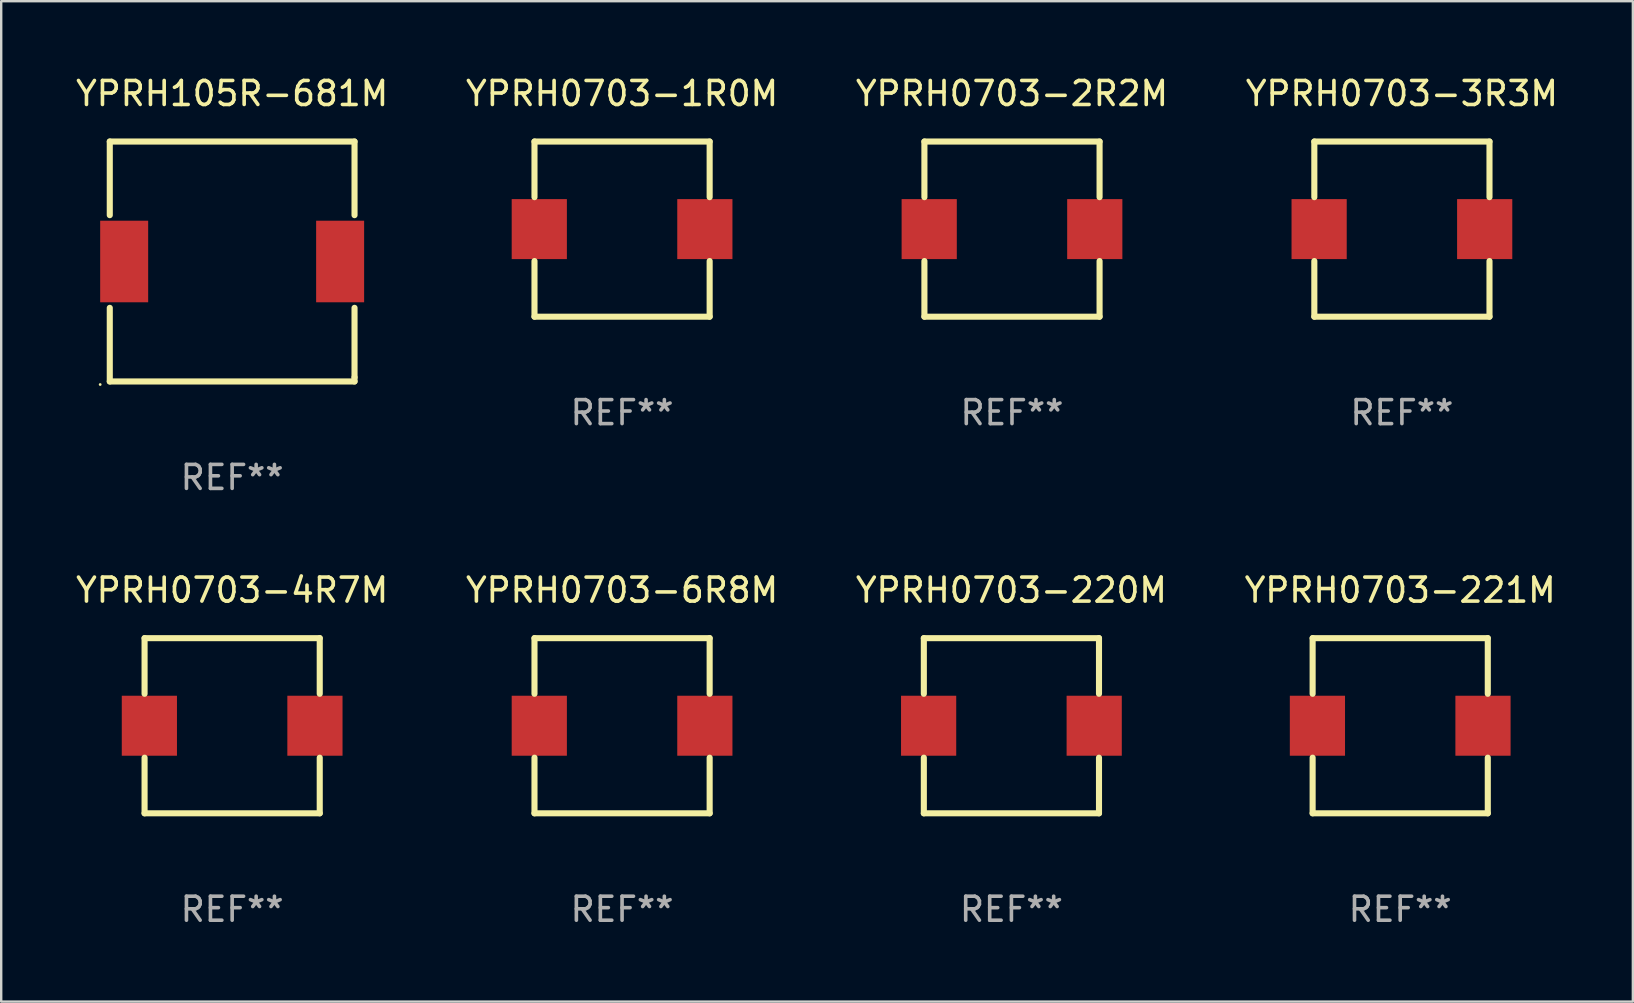
<source format=kicad_pcb>
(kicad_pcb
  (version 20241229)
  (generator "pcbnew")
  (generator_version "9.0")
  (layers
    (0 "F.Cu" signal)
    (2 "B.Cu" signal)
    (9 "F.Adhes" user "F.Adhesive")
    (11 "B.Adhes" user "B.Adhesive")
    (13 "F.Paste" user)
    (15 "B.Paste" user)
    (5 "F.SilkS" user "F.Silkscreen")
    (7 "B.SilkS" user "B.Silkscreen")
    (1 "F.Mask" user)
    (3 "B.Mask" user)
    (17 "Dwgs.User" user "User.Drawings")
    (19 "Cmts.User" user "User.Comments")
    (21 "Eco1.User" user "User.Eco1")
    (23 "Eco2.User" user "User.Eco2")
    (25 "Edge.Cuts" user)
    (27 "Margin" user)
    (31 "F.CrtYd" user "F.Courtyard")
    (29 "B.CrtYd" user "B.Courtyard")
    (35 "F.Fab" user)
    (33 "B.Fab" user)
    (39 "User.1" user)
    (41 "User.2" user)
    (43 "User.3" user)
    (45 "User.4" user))
  (footprint "YPRH0703-221M"
    (layer "F.Cu")
    (at 55.304 27.195)
    (property "Reference" "YPRH0703-221M" (at 0 -5.65 0) (layer "F.SilkS") (effects (font (size 1 1) (thickness 0.15))))
    (attr through_hole)
    (fp_line (start -3.65 -3.65) (end 3.65 -3.65) (stroke (width 0.254) (type solid)) (layer "F.SilkS"))
    (fp_line (start -3.65 -1.331) (end -3.65 -3.65) (stroke (width 0.254) (type solid)) (layer "F.SilkS"))
    (fp_line (start -3.65 3.65) (end -3.65 1.331) (stroke (width 0.254) (type solid)) (layer "F.SilkS"))
    (fp_line (start 3.65 -3.65) (end 3.65 -1.331) (stroke (width 0.254) (type solid)) (layer "F.SilkS"))
    (fp_line (start 3.65 1.331) (end 3.65 3.65) (stroke (width 0.254) (type solid)) (layer "F.SilkS"))
    (fp_line (start 3.65 3.65) (end -3.65 3.65) (stroke (width 0.254) (type solid)) (layer "F.SilkS"))
    (fp_circle (center -3.65 3.65) (end -3.62 3.65) (stroke (width 0.06) (type solid)) (fill no) (layer "F.SilkS"))
    (fp_text user "REF**" (at 0 7.65 0) (layer "F.Fab") (effects (font (size 1 1) (thickness 0.15))))
    (pad "1" smd rect (at -3.45 0) (size 2.3 2.5) (layers "F.Cu" "F.Mask" "F.Paste"))
    (pad "2" smd rect (at 3.45 0) (size 2.3 2.5) (layers "F.Cu" "F.Mask" "F.Paste")))
  (footprint "YPRH0703-2R2M"
    (layer "F.Cu")
    (at 39.125 6.498)
    (property "Reference" "YPRH0703-2R2M" (at 0 -5.65 0) (layer "F.SilkS") (effects (font (size 1 1) (thickness 0.15))))
    (attr through_hole)
    (fp_line (start -3.65 -3.65) (end 3.65 -3.65) (stroke (width 0.254) (type solid)) (layer "F.SilkS"))
    (fp_line (start -3.65 -1.331) (end -3.65 -3.65) (stroke (width 0.254) (type solid)) (layer "F.SilkS"))
    (fp_line (start -3.65 3.65) (end -3.65 1.331) (stroke (width 0.254) (type solid)) (layer "F.SilkS"))
    (fp_line (start 3.65 -3.65) (end 3.65 -1.331) (stroke (width 0.254) (type solid)) (layer "F.SilkS"))
    (fp_line (start 3.65 1.331) (end 3.65 3.65) (stroke (width 0.254) (type solid)) (layer "F.SilkS"))
    (fp_line (start 3.65 3.65) (end -3.65 3.65) (stroke (width 0.254) (type solid)) (layer "F.SilkS"))
    (fp_circle (center -3.65 3.65) (end -3.62 3.65) (stroke (width 0.06) (type solid)) (fill no) (layer "F.SilkS"))
    (fp_text user "REF**" (at 0 7.65 0) (layer "F.Fab") (effects (font (size 1 1) (thickness 0.15))))
    (pad "1" smd rect (at -3.45 0) (size 2.3 2.5) (layers "F.Cu" "F.Mask" "F.Paste"))
    (pad "2" smd rect (at 3.45 0) (size 2.3 2.5) (layers "F.Cu" "F.Mask" "F.Paste")))
  (footprint "YPRH0703-220M"
    (layer "F.Cu")
    (at 39.101 27.195)
    (property "Reference" "YPRH0703-220M" (at 0 -5.65 0) (layer "F.SilkS") (effects (font (size 1 1) (thickness 0.15))))
    (attr through_hole)
    (fp_line (start -3.65 -3.65) (end 3.65 -3.65) (stroke (width 0.254) (type solid)) (layer "F.SilkS"))
    (fp_line (start -3.65 -1.331) (end -3.65 -3.65) (stroke (width 0.254) (type solid)) (layer "F.SilkS"))
    (fp_line (start -3.65 3.65) (end -3.65 1.331) (stroke (width 0.254) (type solid)) (layer "F.SilkS"))
    (fp_line (start 3.65 -3.65) (end 3.65 -1.331) (stroke (width 0.254) (type solid)) (layer "F.SilkS"))
    (fp_line (start 3.65 1.331) (end 3.65 3.65) (stroke (width 0.254) (type solid)) (layer "F.SilkS"))
    (fp_line (start 3.65 3.65) (end -3.65 3.65) (stroke (width 0.254) (type solid)) (layer "F.SilkS"))
    (fp_circle (center -3.65 3.65) (end -3.62 3.65) (stroke (width 0.06) (type solid)) (fill no) (layer "F.SilkS"))
    (fp_text user "REF**" (at 0 7.65 0) (layer "F.Fab") (effects (font (size 1 1) (thickness 0.15))))
    (pad "1" smd rect (at -3.45 0) (size 2.3 2.5) (layers "F.Cu" "F.Mask" "F.Paste"))
    (pad "2" smd rect (at 3.45 0) (size 2.3 2.5) (layers "F.Cu" "F.Mask" "F.Paste")))
  (footprint "YPRH105R-681M"
    (layer "F.Cu")
    (at 6.625 7.848)
    (property "Reference" "YPRH105R-681M" (at 0 -7 0) (layer "F.SilkS") (effects (font (size 1 1) (thickness 0.15))))
    (attr through_hole)
    (fp_line (start -5.1 -5) (end -5.1 -1.931) (stroke (width 0.254) (type solid)) (layer "F.SilkS"))
    (fp_line (start -5.1 -5) (end 5.1 -5) (stroke (width 0.254) (type solid)) (layer "F.SilkS"))
    (fp_line (start -5.1 1.931) (end -5.1 5) (stroke (width 0.254) (type solid)) (layer "F.SilkS"))
    (fp_line (start -5.1 5) (end 5.1 5) (stroke (width 0.254) (type solid)) (layer "F.SilkS"))
    (fp_line (start 5.1 -5) (end 5.1 -1.931) (stroke (width 0.254) (type solid)) (layer "F.SilkS"))
    (fp_line (start 5.1 1.931) (end 5.1 4.826) (stroke (width 0.254) (type solid)) (layer "F.SilkS"))
    (fp_line (start 5.1 4.826) (end 5.1 5) (stroke (width 0.254) (type solid)) (layer "F.SilkS"))
    (fp_circle (center -5.5 5.127) (end -5.47 5.127) (stroke (width 0.06) (type solid)) (fill no) (layer "F.SilkS"))
    (fp_text user "REF**" (at 0 9 0) (layer "F.Fab") (effects (font (size 1 1) (thickness 0.15))))
    (pad "1" smd rect (at -4.5 0) (size 2 3.4) (layers "F.Cu" "F.Mask" "F.Paste"))
    (pad "2" smd rect (at 4.5 0) (size 2 3.4) (layers "F.Cu" "F.Mask" "F.Paste")))
  (footprint "YPRH0703-3R3M"
    (layer "F.Cu")
    (at 55.375 6.498)
    (property "Reference" "YPRH0703-3R3M" (at 0 -5.65 0) (layer "F.SilkS") (effects (font (size 1 1) (thickness 0.15))))
    (attr through_hole)
    (fp_line (start -3.65 -3.65) (end 3.65 -3.65) (stroke (width 0.254) (type solid)) (layer "F.SilkS"))
    (fp_line (start -3.65 -1.331) (end -3.65 -3.65) (stroke (width 0.254) (type solid)) (layer "F.SilkS"))
    (fp_line (start -3.65 3.65) (end -3.65 1.331) (stroke (width 0.254) (type solid)) (layer "F.SilkS"))
    (fp_line (start 3.65 -3.65) (end 3.65 -1.331) (stroke (width 0.254) (type solid)) (layer "F.SilkS"))
    (fp_line (start 3.65 1.331) (end 3.65 3.65) (stroke (width 0.254) (type solid)) (layer "F.SilkS"))
    (fp_line (start 3.65 3.65) (end -3.65 3.65) (stroke (width 0.254) (type solid)) (layer "F.SilkS"))
    (fp_circle (center -3.65 3.65) (end -3.62 3.65) (stroke (width 0.06) (type solid)) (fill no) (layer "F.SilkS"))
    (fp_text user "REF**" (at 0 7.65 0) (layer "F.Fab") (effects (font (size 1 1) (thickness 0.15))))
    (pad "1" smd rect (at -3.45 0) (size 2.3 2.5) (layers "F.Cu" "F.Mask" "F.Paste"))
    (pad "2" smd rect (at 3.45 0) (size 2.3 2.5) (layers "F.Cu" "F.Mask" "F.Paste")))
  (footprint "YPRH0703-4R7M"
    (layer "F.Cu")
    (at 6.625 27.195)
    (property "Reference" "YPRH0703-4R7M" (at 0 -5.65 0) (layer "F.SilkS") (effects (font (size 1 1) (thickness 0.15))))
    (attr through_hole)
    (fp_line (start -3.65 -3.65) (end 3.65 -3.65) (stroke (width 0.254) (type solid)) (layer "F.SilkS"))
    (fp_line (start -3.65 -1.331) (end -3.65 -3.65) (stroke (width 0.254) (type solid)) (layer "F.SilkS"))
    (fp_line (start -3.65 3.65) (end -3.65 1.331) (stroke (width 0.254) (type solid)) (layer "F.SilkS"))
    (fp_line (start 3.65 -3.65) (end 3.65 -1.331) (stroke (width 0.254) (type solid)) (layer "F.SilkS"))
    (fp_line (start 3.65 1.331) (end 3.65 3.65) (stroke (width 0.254) (type solid)) (layer "F.SilkS"))
    (fp_line (start 3.65 3.65) (end -3.65 3.65) (stroke (width 0.254) (type solid)) (layer "F.SilkS"))
    (fp_circle (center -3.65 3.65) (end -3.62 3.65) (stroke (width 0.06) (type solid)) (fill no) (layer "F.SilkS"))
    (fp_text user "REF**" (at 0 7.65 0) (layer "F.Fab") (effects (font (size 1 1) (thickness 0.15))))
    (pad "1" smd rect (at -3.45 0) (size 2.3 2.5) (layers "F.Cu" "F.Mask" "F.Paste"))
    (pad "2" smd rect (at 3.45 0) (size 2.3 2.5) (layers "F.Cu" "F.Mask" "F.Paste")))
  (footprint "YPRH0703-1R0M"
    (layer "F.Cu")
    (at 22.875 6.498)
    (property "Reference" "YPRH0703-1R0M" (at 0 -5.65 0) (layer "F.SilkS") (effects (font (size 1 1) (thickness 0.15))))
    (attr through_hole)
    (fp_line (start -3.65 -3.65) (end 3.65 -3.65) (stroke (width 0.254) (type solid)) (layer "F.SilkS"))
    (fp_line (start -3.65 -1.331) (end -3.65 -3.65) (stroke (width 0.254) (type solid)) (layer "F.SilkS"))
    (fp_line (start -3.65 3.65) (end -3.65 1.331) (stroke (width 0.254) (type solid)) (layer "F.SilkS"))
    (fp_line (start 3.65 -3.65) (end 3.65 -1.331) (stroke (width 0.254) (type solid)) (layer "F.SilkS"))
    (fp_line (start 3.65 1.331) (end 3.65 3.65) (stroke (width 0.254) (type solid)) (layer "F.SilkS"))
    (fp_line (start 3.65 3.65) (end -3.65 3.65) (stroke (width 0.254) (type solid)) (layer "F.SilkS"))
    (fp_circle (center -3.65 3.65) (end -3.62 3.65) (stroke (width 0.06) (type solid)) (fill no) (layer "F.SilkS"))
    (fp_text user "REF**" (at 0 7.65 0) (layer "F.Fab") (effects (font (size 1 1) (thickness 0.15))))
    (pad "1" smd rect (at -3.45 0) (size 2.3 2.5) (layers "F.Cu" "F.Mask" "F.Paste"))
    (pad "2" smd rect (at 3.45 0) (size 2.3 2.5) (layers "F.Cu" "F.Mask" "F.Paste")))
  (footprint "YPRH0703-6R8M"
    (layer "F.Cu")
    (at 22.875 27.195)
    (property "Reference" "YPRH0703-6R8M" (at 0 -5.65 0) (layer "F.SilkS") (effects (font (size 1 1) (thickness 0.15))))
    (attr through_hole)
    (fp_line (start -3.65 -3.65) (end 3.65 -3.65) (stroke (width 0.254) (type solid)) (layer "F.SilkS"))
    (fp_line (start -3.65 -1.331) (end -3.65 -3.65) (stroke (width 0.254) (type solid)) (layer "F.SilkS"))
    (fp_line (start -3.65 3.65) (end -3.65 1.331) (stroke (width 0.254) (type solid)) (layer "F.SilkS"))
    (fp_line (start 3.65 -3.65) (end 3.65 -1.331) (stroke (width 0.254) (type solid)) (layer "F.SilkS"))
    (fp_line (start 3.65 1.331) (end 3.65 3.65) (stroke (width 0.254) (type solid)) (layer "F.SilkS"))
    (fp_line (start 3.65 3.65) (end -3.65 3.65) (stroke (width 0.254) (type solid)) (layer "F.SilkS"))
    (fp_circle (center -3.65 3.65) (end -3.62 3.65) (stroke (width 0.06) (type solid)) (fill no) (layer "F.SilkS"))
    (fp_text user "REF**" (at 0 7.65 0) (layer "F.Fab") (effects (font (size 1 1) (thickness 0.15))))
    (pad "1" smd rect (at -3.45 0) (size 2.3 2.5) (layers "F.Cu" "F.Mask" "F.Paste"))
    (pad "2" smd rect (at 3.45 0) (size 2.3 2.5) (layers "F.Cu" "F.Mask" "F.Paste")))
  (gr_rect
    (start -3 -3)
    (end 65 38.693)
    (stroke (width 0.1) (type default))
    (fill no)
    (layer "Edge.Cuts")))
</source>
